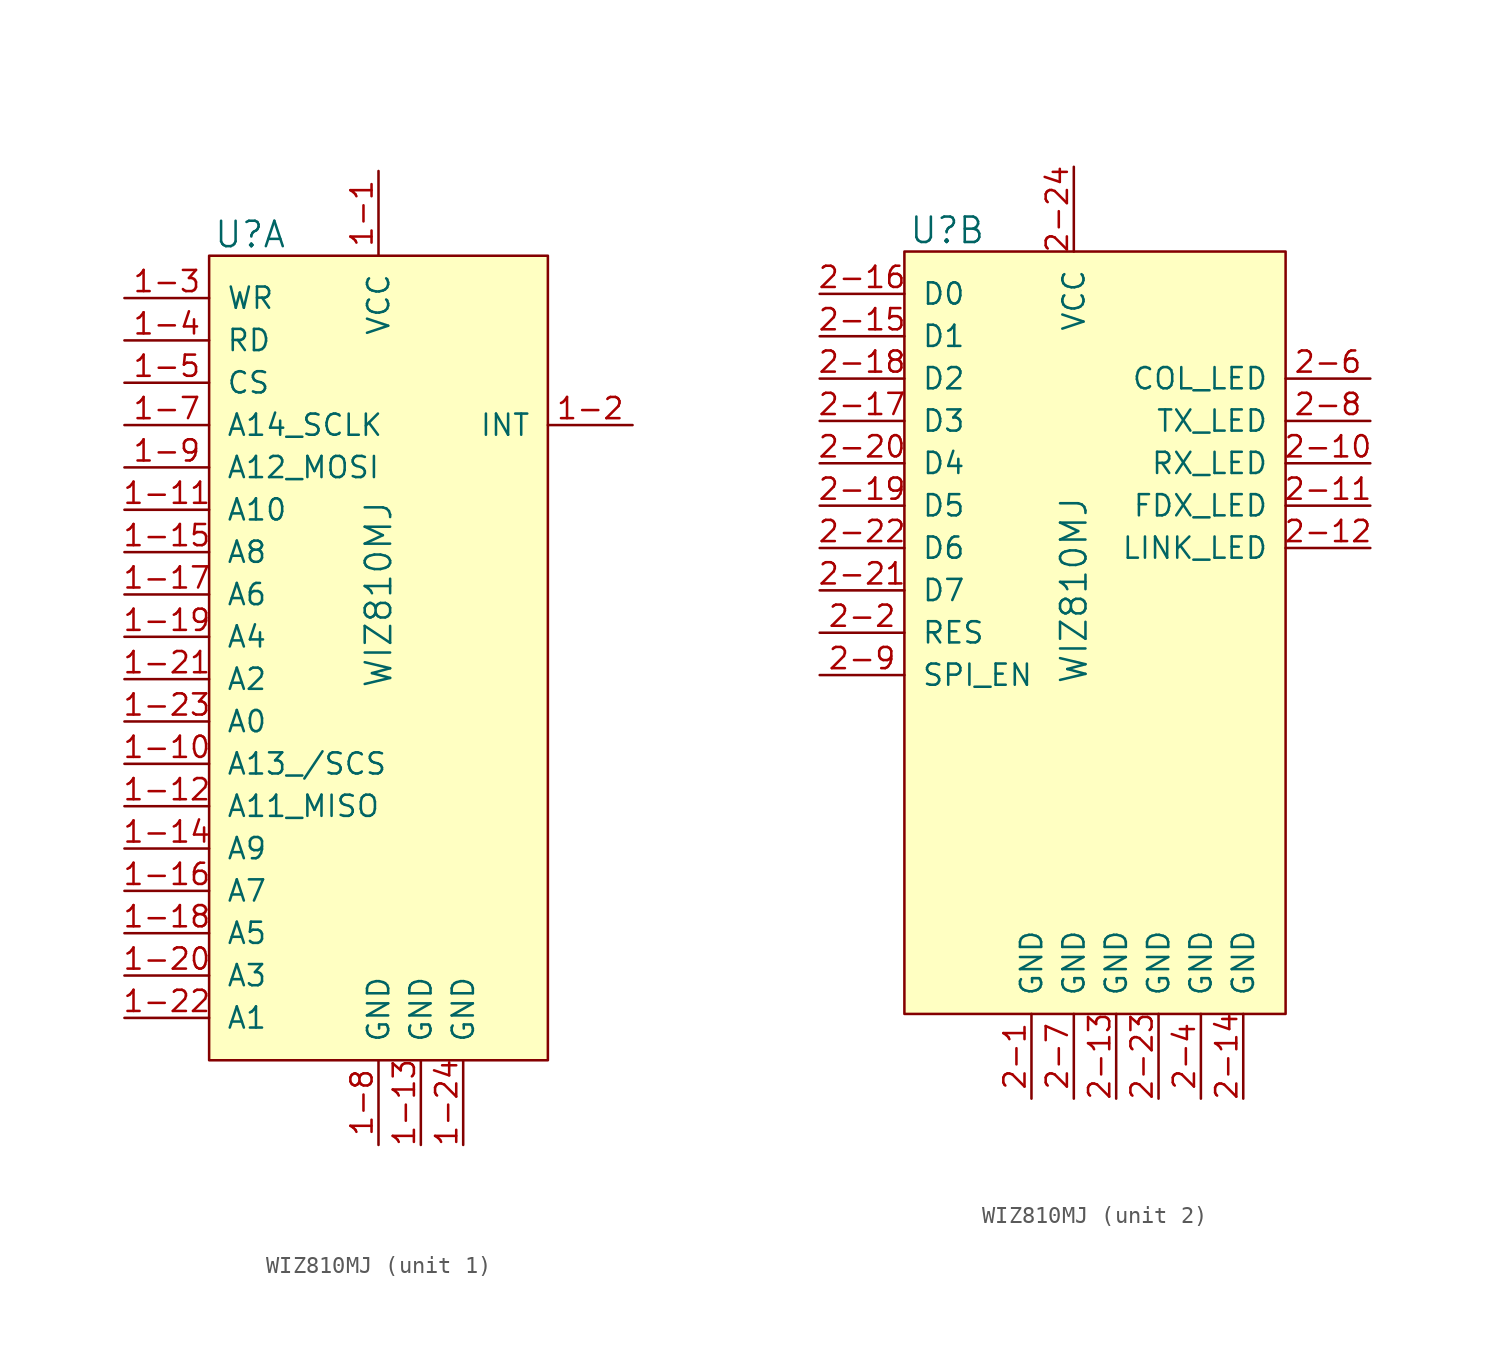
<source format=kicad_sym>
(kicad_symbol_lib
  (version 20220914)
  (generator kicad_symbol_editor)
  (symbol "WIZ810MJ"
    (pin_names
      (offset 1.016))
    (property "Reference" "U"
      (at -9.906 21.59 0)
      (effects (font (size 1.524 1.524)) (justify left)))
    (property "Value" "WIZ810MJ"
      (at 0 0 90)
      (effects (font (size 1.524 1.524))))
    (property "ki_locked" ""
      (at 0 0 0)
      (effects (font (size 1.27 1.27))))
    (symbol "WIZ810MJ_1_1"
      (rectangle (start -10.16 20.32) (end 10.16 -27.94) (stroke (width 0) (type default)) (fill (type background)))
      (pin power_in line (at 0 25.4 270) (length 5.08) (name "VCC" (effects (font (size 1.27 1.27)))) (number "1-1" (effects (font (size 1.27 1.27)))))
      (pin input line (at -15.24 -10.16 0) (length 5.08) (name "A13_/SCS" (effects (font (size 1.27 1.27)))) (number "1-10" (effects (font (size 1.27 1.27)))))
      (pin input line (at -15.24 5.08 0) (length 5.08) (name "A10" (effects (font (size 1.27 1.27)))) (number "1-11" (effects (font (size 1.27 1.27)))))
      (pin bidirectional line (at -15.24 -12.7 0) (length 5.08) (name "A11_MISO" (effects (font (size 1.27 1.27)))) (number "1-12" (effects (font (size 1.27 1.27)))))
      (pin power_in line (at 2.54 -33.02 90) (length 5.08) (name "GND" (effects (font (size 1.27 1.27)))) (number "1-13" (effects (font (size 1.27 1.27)))))
      (pin input line (at -15.24 -15.24 0) (length 5.08) (name "A9" (effects (font (size 1.27 1.27)))) (number "1-14" (effects (font (size 1.27 1.27)))))
      (pin input line (at -15.24 2.54 0) (length 5.08) (name "A8" (effects (font (size 1.27 1.27)))) (number "1-15" (effects (font (size 1.27 1.27)))))
      (pin input line (at -15.24 -17.78 0) (length 5.08) (name "A7" (effects (font (size 1.27 1.27)))) (number "1-16" (effects (font (size 1.27 1.27)))))
      (pin input line (at -15.24 0 0) (length 5.08) (name "A6" (effects (font (size 1.27 1.27)))) (number "1-17" (effects (font (size 1.27 1.27)))))
      (pin input line (at -15.24 -20.32 0) (length 5.08) (name "A5" (effects (font (size 1.27 1.27)))) (number "1-18" (effects (font (size 1.27 1.27)))))
      (pin input line (at -15.24 -2.54 0) (length 5.08) (name "A4" (effects (font (size 1.27 1.27)))) (number "1-19" (effects (font (size 1.27 1.27)))))
      (pin output line (at 15.24 10.16 180) (length 5.08) (name "INT" (effects (font (size 1.27 1.27)))) (number "1-2" (effects (font (size 1.27 1.27)))))
      (pin input line (at -15.24 -22.86 0) (length 5.08) (name "A3" (effects (font (size 1.27 1.27)))) (number "1-20" (effects (font (size 1.27 1.27)))))
      (pin input line (at -15.24 -5.08 0) (length 5.08) (name "A2" (effects (font (size 1.27 1.27)))) (number "1-21" (effects (font (size 1.27 1.27)))))
      (pin input line (at -15.24 -25.4 0) (length 5.08) (name "A1" (effects (font (size 1.27 1.27)))) (number "1-22" (effects (font (size 1.27 1.27)))))
      (pin input line (at -15.24 -7.62 0) (length 5.08) (name "A0" (effects (font (size 1.27 1.27)))) (number "1-23" (effects (font (size 1.27 1.27)))))
      (pin power_in line (at 5.08 -33.02 90) (length 5.08) (name "GND" (effects (font (size 1.27 1.27)))) (number "1-24" (effects (font (size 1.27 1.27)))))
      (pin no_connect line (at 10.16 -12.7 180) (length 5.08) hide (name "NC" (effects (font (size 1.27 1.27)))) (number "1-25" (effects (font (size 1.27 1.27)))))
      (pin no_connect line (at 10.16 -15.24 180) (length 5.08) hide (name "NC" (effects (font (size 1.27 1.27)))) (number "1-26" (effects (font (size 1.27 1.27)))))
      (pin no_connect line (at 10.16 -17.78 180) (length 5.08) hide (name "NC" (effects (font (size 1.27 1.27)))) (number "1-27" (effects (font (size 1.27 1.27)))))
      (pin no_connect line (at 10.16 -20.32 180) (length 5.08) hide (name "NC" (effects (font (size 1.27 1.27)))) (number "1-28" (effects (font (size 1.27 1.27)))))
      (pin input line (at -15.24 17.78 0) (length 5.08) (name "WR" (effects (font (size 1.27 1.27)))) (number "1-3" (effects (font (size 1.27 1.27)))))
      (pin input line (at -15.24 15.24 0) (length 5.08) (name "RD" (effects (font (size 1.27 1.27)))) (number "1-4" (effects (font (size 1.27 1.27)))))
      (pin input line (at -15.24 12.7 0) (length 5.08) (name "CS" (effects (font (size 1.27 1.27)))) (number "1-5" (effects (font (size 1.27 1.27)))))
      (pin no_connect line (at 10.16 -10.16 180) (length 5.08) hide (name "NC" (effects (font (size 1.27 1.27)))) (number "1-6" (effects (font (size 1.27 1.27)))))
      (pin input line (at -15.24 10.16 0) (length 5.08) (name "A14_SCLK" (effects (font (size 1.27 1.27)))) (number "1-7" (effects (font (size 1.27 1.27)))))
      (pin power_in line (at 0 -33.02 90) (length 5.08) (name "GND" (effects (font (size 1.27 1.27)))) (number "1-8" (effects (font (size 1.27 1.27)))))
      (pin input line (at -15.24 7.62 0) (length 5.08) (name "A12_MOSI" (effects (font (size 1.27 1.27)))) (number "1-9" (effects (font (size 1.27 1.27))))))
    (symbol "WIZ810MJ_2_1"
      (rectangle (start -10.16 20.32) (end 12.7 -25.4) (stroke (width 0) (type default)) (fill (type background)))
      (pin power_in line (at -2.54 -30.48 90) (length 5.08) (name "GND" (effects (font (size 1.27 1.27)))) (number "2-1" (effects (font (size 1.27 1.27)))))
      (pin output line (at 17.78 7.62 180) (length 5.08) (name "RX_LED" (effects (font (size 1.27 1.27)))) (number "2-10" (effects (font (size 1.27 1.27)))))
      (pin output line (at 17.78 5.08 180) (length 5.08) (name "FDX_LED" (effects (font (size 1.27 1.27)))) (number "2-11" (effects (font (size 1.27 1.27)))))
      (pin output line (at 17.78 2.54 180) (length 5.08) (name "LINK_LED" (effects (font (size 1.27 1.27)))) (number "2-12" (effects (font (size 1.27 1.27)))))
      (pin power_in line (at 2.54 -30.48 90) (length 5.08) (name "GND" (effects (font (size 1.27 1.27)))) (number "2-13" (effects (font (size 1.27 1.27)))))
      (pin power_in line (at 10.16 -30.48 90) (length 5.08) (name "GND" (effects (font (size 1.27 1.27)))) (number "2-14" (effects (font (size 1.27 1.27)))))
      (pin bidirectional line (at -15.24 15.24 0) (length 5.08) (name "D1" (effects (font (size 1.27 1.27)))) (number "2-15" (effects (font (size 1.27 1.27)))))
      (pin bidirectional line (at -15.24 17.78 0) (length 5.08) (name "D0" (effects (font (size 1.27 1.27)))) (number "2-16" (effects (font (size 1.27 1.27)))))
      (pin bidirectional line (at -15.24 10.16 0) (length 5.08) (name "D3" (effects (font (size 1.27 1.27)))) (number "2-17" (effects (font (size 1.27 1.27)))))
      (pin bidirectional line (at -15.24 12.7 0) (length 5.08) (name "D2" (effects (font (size 1.27 1.27)))) (number "2-18" (effects (font (size 1.27 1.27)))))
      (pin bidirectional line (at -15.24 5.08 0) (length 5.08) (name "D5" (effects (font (size 1.27 1.27)))) (number "2-19" (effects (font (size 1.27 1.27)))))
      (pin input line (at -15.24 -2.54 0) (length 5.08) (name "RES" (effects (font (size 1.27 1.27)))) (number "2-2" (effects (font (size 1.27 1.27)))))
      (pin bidirectional line (at -15.24 7.62 0) (length 5.08) (name "D4" (effects (font (size 1.27 1.27)))) (number "2-20" (effects (font (size 1.27 1.27)))))
      (pin bidirectional line (at -15.24 0 0) (length 5.08) (name "D7" (effects (font (size 1.27 1.27)))) (number "2-21" (effects (font (size 1.27 1.27)))))
      (pin bidirectional line (at -15.24 2.54 0) (length 5.08) (name "D6" (effects (font (size 1.27 1.27)))) (number "2-22" (effects (font (size 1.27 1.27)))))
      (pin power_in line (at 5.08 -30.48 90) (length 5.08) (name "GND" (effects (font (size 1.27 1.27)))) (number "2-23" (effects (font (size 1.27 1.27)))))
      (pin power_in line (at 0 25.4 270) (length 5.08) (name "VCC" (effects (font (size 1.27 1.27)))) (number "2-24" (effects (font (size 1.27 1.27)))))
      (pin no_connect line (at -10.16 -12.7 0) (length 5.08) hide (name "NC" (effects (font (size 1.27 1.27)))) (number "2-25" (effects (font (size 1.27 1.27)))))
      (pin no_connect line (at -10.16 -17.78 0) (length 5.08) hide (name "NC" (effects (font (size 1.27 1.27)))) (number "2-26" (effects (font (size 1.27 1.27)))))
      (pin no_connect line (at -10.16 -15.24 0) (length 5.08) hide (name "NC" (effects (font (size 1.27 1.27)))) (number "2-27" (effects (font (size 1.27 1.27)))))
      (pin no_connect line (at -10.16 -20.32 0) (length 5.08) hide (name "NC" (effects (font (size 1.27 1.27)))) (number "2-28" (effects (font (size 1.27 1.27)))))
      (pin no_connect line (at -10.16 -7.62 0) (length 5.08) hide (name "NC" (effects (font (size 1.27 1.27)))) (number "2-3" (effects (font (size 1.27 1.27)))))
      (pin power_in line (at 7.62 -30.48 90) (length 5.08) (name "GND" (effects (font (size 1.27 1.27)))) (number "2-4" (effects (font (size 1.27 1.27)))))
      (pin no_connect line (at -10.16 -10.16 0) (length 5.08) hide (name "NC" (effects (font (size 1.27 1.27)))) (number "2-5" (effects (font (size 1.27 1.27)))))
      (pin output line (at 17.78 12.7 180) (length 5.08) (name "COL_LED" (effects (font (size 1.27 1.27)))) (number "2-6" (effects (font (size 1.27 1.27)))))
      (pin power_in line (at 0 -30.48 90) (length 5.08) (name "GND" (effects (font (size 1.27 1.27)))) (number "2-7" (effects (font (size 1.27 1.27)))))
      (pin output line (at 17.78 10.16 180) (length 5.08) (name "TX_LED" (effects (font (size 1.27 1.27)))) (number "2-8" (effects (font (size 1.27 1.27)))))
      (pin input line (at -15.24 -5.08 0) (length 5.08) (name "SPI_EN" (effects (font (size 1.27 1.27)))) (number "2-9" (effects (font (size 1.27 1.27))))))))
</source>
